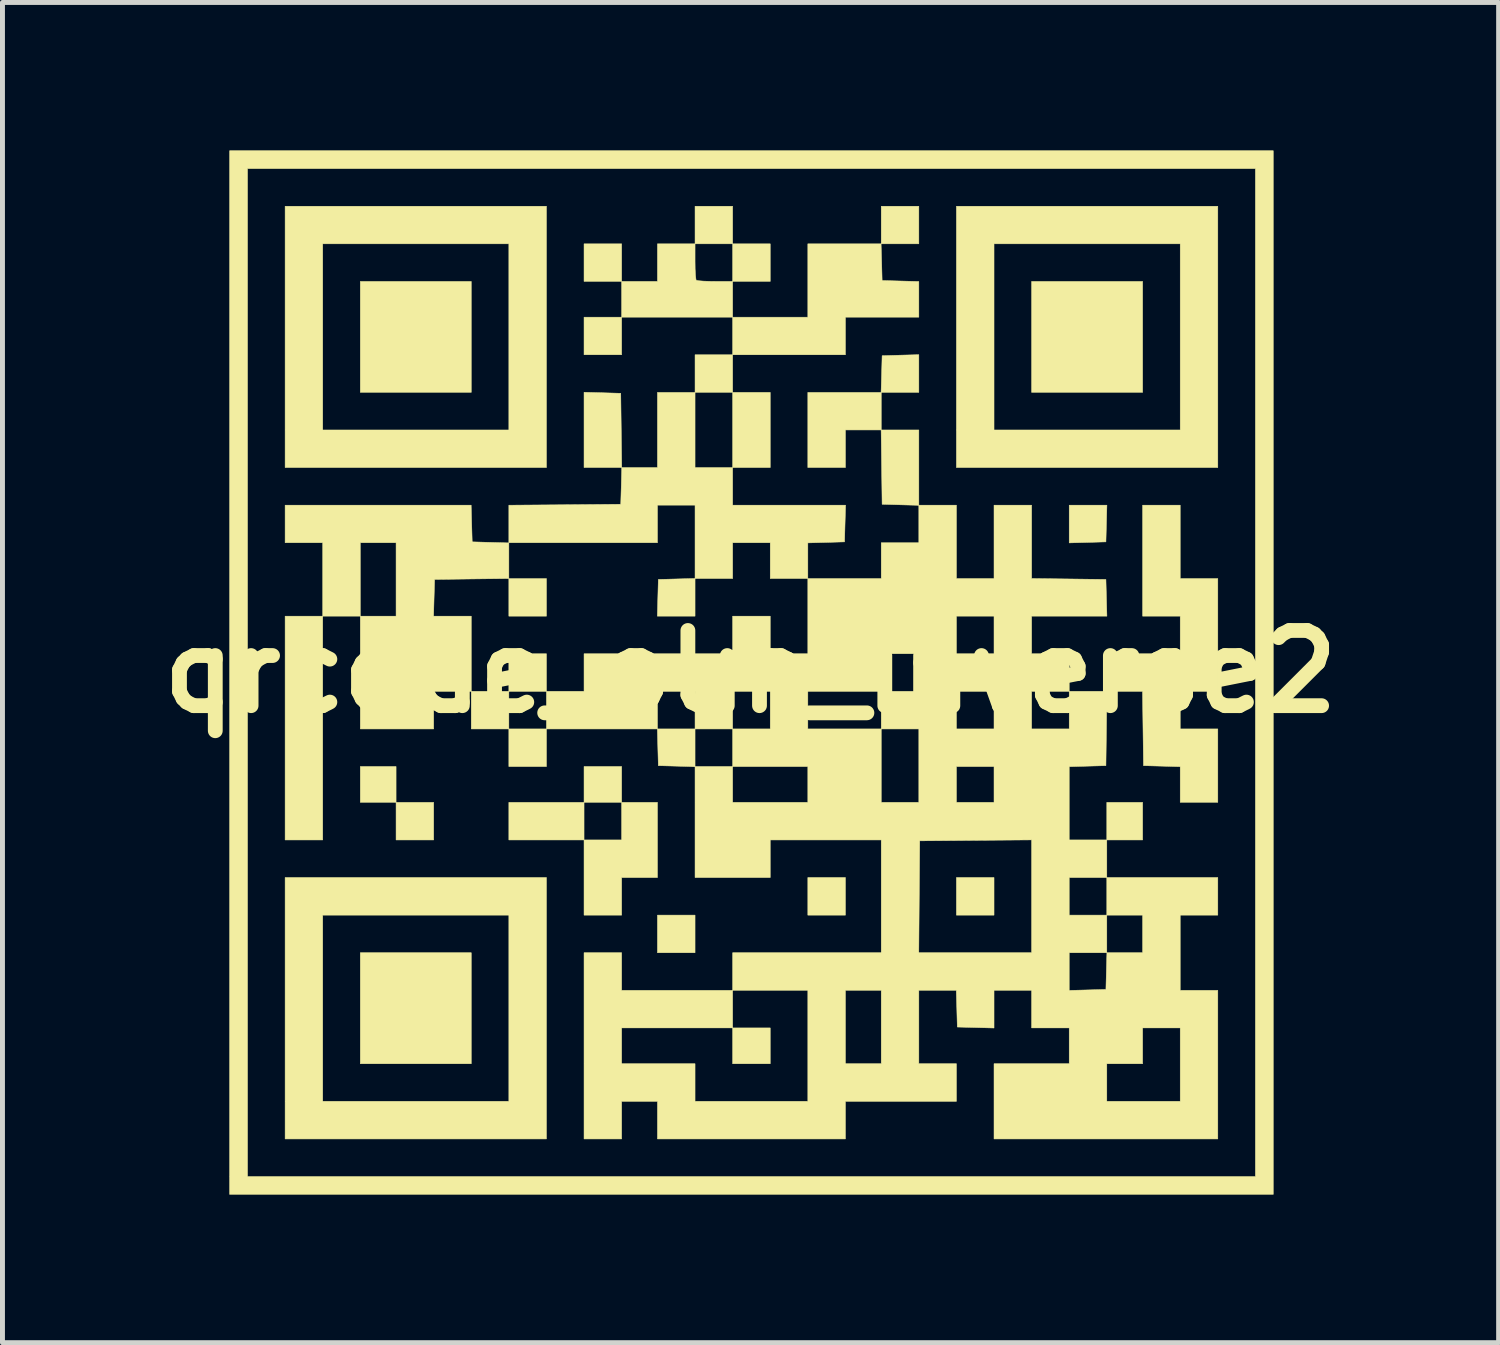
<source format=kicad_pcb>
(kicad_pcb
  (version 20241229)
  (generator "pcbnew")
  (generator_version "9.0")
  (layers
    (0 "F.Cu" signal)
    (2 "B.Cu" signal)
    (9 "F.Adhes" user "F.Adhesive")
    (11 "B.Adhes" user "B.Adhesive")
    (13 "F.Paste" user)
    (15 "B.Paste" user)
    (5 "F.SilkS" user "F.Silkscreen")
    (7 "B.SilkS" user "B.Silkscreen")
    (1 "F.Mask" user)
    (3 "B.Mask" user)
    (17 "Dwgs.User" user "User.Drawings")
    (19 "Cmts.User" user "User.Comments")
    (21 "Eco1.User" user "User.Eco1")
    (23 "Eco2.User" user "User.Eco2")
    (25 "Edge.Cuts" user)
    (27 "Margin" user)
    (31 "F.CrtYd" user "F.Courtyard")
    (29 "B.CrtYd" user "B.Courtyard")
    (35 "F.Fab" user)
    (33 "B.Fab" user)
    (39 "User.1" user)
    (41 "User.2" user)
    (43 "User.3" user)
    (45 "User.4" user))
  (footprint "qrcode_olm_inverse2"
    (layer "F.Cu")
    (at 12.163 10.564)
    (property "Reference" "qrcode_olm_inverse2" (at 0 0 0) (layer "F.SilkS") (effects (font (size 1.524 1.524) (thickness 0.3))))
    (attr through_hole)
    (fp_poly (pts (xy -8.672 3.411) (xy -9.434 3.411) (xy -9.434 -1.125) (xy -8.672 -1.125) (xy -8.672 3.411)) (stroke (width 0.01) (type solid)) (fill yes) (layer "F.SilkS"))
    (fp_poly (pts (xy -7.185 2.649) (xy -7.91 2.649) (xy -7.91 1.923) (xy -7.185 1.923) (xy -7.185 2.649)) (stroke (width 0.01) (type solid)) (fill yes) (layer "F.SilkS"))
    (fp_poly (pts (xy -6.423 3.411) (xy -7.185 3.411) (xy -7.185 2.649) (xy -6.423 2.649) (xy -6.423 3.411)) (stroke (width 0.01) (type solid)) (fill yes) (layer "F.SilkS"))
    (fp_poly (pts (xy -5.661 -5.661) (xy -7.91 -5.661) (xy -7.91 -7.91) (xy -5.661 -7.91) (xy -5.661 -5.661)) (stroke (width 0.01) (type solid)) (fill yes) (layer "F.SilkS"))
    (fp_poly (pts (xy -5.661 7.947) (xy -7.91 7.947) (xy -7.91 5.697) (xy -5.661 5.697) (xy -5.661 7.947)) (stroke (width 0.01) (type solid)) (fill yes) (layer "F.SilkS"))
    (fp_poly (pts (xy -4.899 1.161) (xy -5.661 1.161) (xy -5.661 0.399) (xy -4.899 0.399) (xy -4.899 1.161)) (stroke (width 0.01) (type solid)) (fill yes) (layer "F.SilkS"))
    (fp_poly (pts (xy -4.137 -1.125) (xy -4.899 -1.125) (xy -4.899 -1.887) (xy -4.137 -1.887) (xy -4.137 -1.125)) (stroke (width 0.01) (type solid)) (fill yes) (layer "F.SilkS"))
    (fp_poly (pts (xy -4.137 0.399) (xy -4.899 0.399) (xy -4.899 -0.363) (xy -4.137 -0.363) (xy -4.137 0.399)) (stroke (width 0.01) (type solid)) (fill yes) (layer "F.SilkS"))
    (fp_poly (pts (xy -4.137 1.923) (xy -4.899 1.923) (xy -4.899 1.161) (xy -4.137 1.161) (xy -4.137 1.923)) (stroke (width 0.01) (type solid)) (fill yes) (layer "F.SilkS"))
    (fp_poly (pts (xy -2.613 -7.91) (xy -3.375 -7.91) (xy -3.375 -8.672) (xy -2.613 -8.672) (xy -2.613 -7.91)) (stroke (width 0.01) (type solid)) (fill yes) (layer "F.SilkS"))
    (fp_poly (pts (xy -2.613 -6.423) (xy -3.375 -6.423) (xy -3.375 -7.185) (xy -2.613 -7.185) (xy -2.613 -6.423)) (stroke (width 0.01) (type solid)) (fill yes) (layer "F.SilkS"))
    (fp_poly (pts (xy -1.125 5.697) (xy -1.887 5.697) (xy -1.887 4.935) (xy -1.125 4.935) (xy -1.125 5.697)) (stroke (width 0.01) (type solid)) (fill yes) (layer "F.SilkS"))
    (fp_poly (pts (xy -0.363 -5.661) (xy -1.125 -5.661) (xy -1.125 -6.423) (xy -0.363 -6.423) (xy -0.363 -5.661)) (stroke (width 0.01) (type solid)) (fill yes) (layer "F.SilkS"))
    (fp_poly (pts (xy 0.399 -4.137) (xy -0.363 -4.137) (xy -0.363 -5.661) (xy 0.399 -5.661) (xy 0.399 -4.137)) (stroke (width 0.01) (type solid)) (fill yes) (layer "F.SilkS"))
    (fp_poly (pts (xy 0.399 7.947) (xy -0.363 7.947) (xy -0.363 7.221) (xy 0.399 7.221) (xy 0.399 7.947)) (stroke (width 0.01) (type solid)) (fill yes) (layer "F.SilkS"))
    (fp_poly (pts (xy 1.923 4.935) (xy 1.161 4.935) (xy 1.161 4.173) (xy 1.923 4.173) (xy 1.923 4.935)) (stroke (width 0.01) (type solid)) (fill yes) (layer "F.SilkS"))
    (fp_poly (pts (xy 3.411 -8.672) (xy 2.649 -8.672) (xy 2.649 -9.434) (xy 3.411 -9.434) (xy 3.411 -8.672)) (stroke (width 0.01) (type solid)) (fill yes) (layer "F.SilkS"))
    (fp_poly (pts (xy 4.935 4.935) (xy 4.173 4.935) (xy 4.173 4.173) (xy 4.935 4.173) (xy 4.935 4.935)) (stroke (width 0.01) (type solid)) (fill yes) (layer "F.SilkS"))
    (fp_poly (pts (xy 7.947 -5.661) (xy 5.697 -5.661) (xy 5.697 -7.91) (xy 7.947 -7.91) (xy 7.947 -5.661)) (stroke (width 0.01) (type solid)) (fill yes) (layer "F.SilkS"))
    (fp_poly (pts (xy 7.947 3.411) (xy 7.221 3.411) (xy 7.221 2.649) (xy 7.947 2.649) (xy 7.947 3.411)) (stroke (width 0.01) (type solid)) (fill yes) (layer "F.SilkS"))
    (fp_poly (pts (xy -3.003 -5.653) (xy -2.631 -5.642) (xy -2.621 -4.889) (xy -2.611 -4.137) (xy -3.375 -4.137) (xy -3.375 -5.663) (xy -3.003 -5.653)) (stroke (width 0.01) (type solid)) (fill yes) (layer "F.SilkS"))
    (fp_poly (pts (xy -1.125 -1.125) (xy -1.889 -1.125) (xy -1.879 -1.497) (xy -1.869 -1.869) (xy -1.497 -1.879) (xy -1.125 -1.889) (xy -1.125 -1.125)) (stroke (width 0.01) (type solid)) (fill yes) (layer "F.SilkS"))
    (fp_poly (pts (xy 7.213 -3.003) (xy 7.203 -2.631) (xy 6.831 -2.62) (xy 6.459 -2.61) (xy 6.459 -3.375) (xy 7.223 -3.375) (xy 7.213 -3.003)) (stroke (width 0.01) (type solid)) (fill yes) (layer "F.SilkS"))
    (fp_poly (pts (xy -4.137 -4.137) (xy -9.434 -4.137) (xy -9.434 -8.672) (xy -8.672 -8.672) (xy -8.672 -4.899) (xy -4.899 -4.899) (xy -4.899 -8.672) (xy -8.672 -8.672) (xy -9.434 -8.672) (xy -9.434 -9.434) (xy -4.137 -9.434) (xy -4.137 -4.137)) (stroke (width 0.01) (type solid)) (fill yes) (layer "F.SilkS"))
    (fp_poly (pts (xy -4.137 9.471) (xy -9.434 9.471) (xy -9.434 4.935) (xy -8.672 4.935) (xy -8.672 8.709) (xy -4.899 8.709) (xy -4.899 4.935) (xy -8.672 4.935) (xy -9.434 4.935) (xy -9.434 4.173) (xy -4.137 4.173) (xy -4.137 9.471)) (stroke (width 0.01) (type solid)) (fill yes) (layer "F.SilkS"))
    (fp_poly (pts (xy 9.471 -4.137) (xy 4.173 -4.137) (xy 4.173 -8.672) (xy 4.935 -8.672) (xy 4.935 -4.899) (xy 8.709 -4.899) (xy 8.709 -8.672) (xy 4.935 -8.672) (xy 4.173 -8.672) (xy 4.173 -9.434) (xy 9.471 -9.434) (xy 9.471 -4.137)) (stroke (width 0.01) (type solid)) (fill yes) (layer "F.SilkS"))
    (fp_poly (pts (xy 10.595 10.595) (xy -10.559 10.595) (xy -10.559 -10.196) (xy -10.196 -10.196) (xy -10.196 10.233) (xy 10.233 10.233) (xy 10.233 -10.196) (xy -10.196 -10.196) (xy -10.559 -10.196) (xy -10.559 -10.559) (xy 10.595 -10.559) (xy 10.595 10.595)) (stroke (width 0.01) (type solid)) (fill yes) (layer "F.SilkS"))
    (fp_poly (pts (xy 2.657 -8.3) (xy 2.667 -7.928) (xy 3.039 -7.918) (xy 3.411 -7.908) (xy 3.411 -7.185) (xy 1.923 -7.185) (xy 1.923 -6.423) (xy -0.363 -6.423) (xy -0.363 -7.185) (xy 1.161 -7.185) (xy 1.161 -8.672) (xy 2.646 -8.672) (xy 2.657 -8.3)) (stroke (width 0.01) (type solid)) (fill yes) (layer "F.SilkS"))
    (fp_poly (pts (xy -1.887 2.649) (xy -1.887 4.173) (xy -2.613 4.173) (xy -2.613 4.935) (xy -3.375 4.935) (xy -3.375 3.411) (xy -4.899 3.411) (xy -4.899 2.649) (xy -3.375 2.649) (xy -3.375 3.411) (xy -2.613 3.411) (xy -2.613 2.649) (xy -3.375 2.649) (xy -3.375 1.923) (xy -2.613 1.923) (xy -2.613 2.649) (xy -1.887 2.649)) (stroke (width 0.01) (type solid)) (fill yes) (layer "F.SilkS"))
    (fp_poly (pts (xy 0.399 -8.672) (xy 0.399 -7.91) (xy -0.363 -7.91) (xy -0.363 -7.185) (xy -2.613 -7.185) (xy -2.613 -7.91) (xy -1.887 -7.91) (xy -1.887 -8.672) (xy -1.125 -8.672) (xy -1.125 -8.315) (xy -1.123 -8.161) (xy -1.116 -8.035) (xy -1.107 -7.954) (xy -1.101 -7.934) (xy -1.056 -7.924) (xy -0.956 -7.916) (xy -0.817 -7.911) (xy -0.72 -7.91) (xy -0.363 -7.91) (xy -0.363 -8.672) (xy -1.125 -8.672) (xy -1.125 -9.434) (xy -0.363 -9.434) (xy -0.363 -8.672) (xy 0.399 -8.672)) (stroke (width 0.01) (type solid)) (fill yes) (layer "F.SilkS"))
    (fp_poly (pts (xy -8.672 -2.613) (xy -7.91 -2.613) (xy -7.91 -1.125) (xy -7.185 -1.125) (xy -7.185 -2.613) (xy -7.91 -2.613) (xy -8.672 -2.613) (xy -9.434 -2.613) (xy -9.434 -3.375) (xy -5.663 -3.375) (xy -5.653 -3.003) (xy -5.642 -2.631) (xy -5.271 -2.62) (xy -4.899 -2.61) (xy -4.899 -1.888) (xy -5.652 -1.879) (xy -6.404 -1.869) (xy -6.415 -1.497) (xy -6.425 -1.125) (xy -5.661 -1.125) (xy -5.661 0.399) (xy -6.423 0.399) (xy -6.423 1.161) (xy -7.91 1.161) (xy -7.91 -1.125) (xy -8.672 -1.125) (xy -8.672 -2.613)) (stroke (width 0.01) (type solid)) (fill yes) (layer "F.SilkS"))
    (fp_poly (pts (xy -1.125 -4.137) (xy -0.363 -4.137) (xy -0.363 -3.375) (xy 1.926 -3.375) (xy 1.915 -3.003) (xy 1.905 -2.631) (xy 1.533 -2.62) (xy 1.161 -2.61) (xy 1.161 -1.887) (xy 0.399 -1.887) (xy 0.399 -2.613) (xy -0.363 -2.613) (xy -0.363 -1.887) (xy -1.125 -1.887) (xy -1.125 -3.375) (xy -1.887 -3.375) (xy -1.887 -2.613) (xy -4.899 -2.613) (xy -4.899 -3.374) (xy -3.765 -3.383) (xy -2.631 -3.393) (xy -2.62 -3.765) (xy -2.61 -4.137) (xy -1.887 -4.137) (xy -1.887 -5.661) (xy -1.125 -5.661) (xy -1.125 -4.137)) (stroke (width 0.01) (type solid)) (fill yes) (layer "F.SilkS"))
    (fp_poly (pts (xy -4.137 0.399) (xy -3.375 0.399) (xy -1.887 0.399) (xy -1.887 1.161) (xy -1.125 1.161) (xy -1.125 1.923) (xy -0.363 1.923) (xy -0.363 2.649) (xy 1.161 2.649) (xy 1.161 1.923) (xy -0.363 1.923) (xy -0.363 1.161) (xy -1.125 1.161) (xy -1.125 0.399) (xy -0.363 0.399) (xy -0.363 1.161) (xy 0.399 1.161) (xy 0.399 0.399) (xy 1.161 0.399) (xy 1.161 1.161) (xy 2.649 1.161) (xy 2.649 2.649) (xy 3.411 2.649) (xy 3.411 1.923) (xy 4.173 1.923) (xy 4.173 2.649) (xy 4.935 2.649) (xy 4.935 1.923) (xy 4.173 1.923) (xy 3.411 1.923) (xy 3.411 1.161) (xy 2.649 1.161) (xy 2.649 0.399) (xy 1.161 0.399) (xy 0.399 0.399) (xy -0.363 0.399) (xy -1.125 0.399) (xy -1.887 0.399) (xy -3.375 0.399) (xy -3.375 -0.363) (xy -0.363 -0.363) (xy -0.363 -1.125) (xy 0.399 -1.125) (xy 0.399 -0.363) (xy 1.161 -0.363) (xy 2.649 -0.363) (xy 2.649 0.399) (xy 3.411 0.399) (xy 4.173 0.399) (xy 4.173 1.161) (xy 4.935 1.161) (xy 4.935 0.399) (xy 5.697 0.399) (xy 5.697 1.161) (xy 6.459 1.161) (xy 6.459 0.399) (xy 5.697 0.399) (xy 4.935 0.399) (xy 4.173 0.399) (xy 3.411 0.399) (xy 3.411 -0.363) (xy 2.649 -0.363) (xy 1.161 -0.363) (xy 1.161 -1.125) (xy 4.173 -1.125) (xy 4.173 -0.363) (xy 4.935 -0.363) (xy 4.935 -1.125) (xy 4.173 -1.125) (xy 1.161 -1.125) (xy 1.161 -1.887) (xy 2.649 -1.887) (xy 2.649 -2.613) (xy 3.411 -2.613) (xy 3.411 -3.372) (xy 3.039 -3.382) (xy 2.667 -3.393) (xy 2.657 -4.146) (xy 2.647 -4.899) (xy 1.923 -4.899) (xy 1.923 -4.137) (xy 1.161 -4.137) (xy 1.161 -5.661) (xy 2.646 -5.661) (xy 2.657 -6.032) (xy 2.667 -6.404) (xy 3.039 -6.415) (xy 3.411 -6.425) (xy 3.411 -5.661) (xy 2.649 -5.661) (xy 2.649 -4.899) (xy 3.411 -4.899) (xy 3.411 -3.375) (xy 4.173 -3.375) (xy 4.173 -1.887) (xy 4.935 -1.887) (xy 4.935 -3.375) (xy 5.697 -3.375) (xy 5.697 -1.888) (xy 6.45 -1.879) (xy 7.203 -1.869) (xy 7.213 -1.497) (xy 7.223 -1.125) (xy 5.697 -1.125) (xy 5.697 -0.363) (xy 6.459 -0.363) (xy 6.459 0.399) (xy 7.221 0.399) (xy 7.221 -0.363) (xy 8.709 -0.363) (xy 8.709 -1.125) (xy 7.947 -1.125) (xy 7.947 -3.375) (xy 8.709 -3.375) (xy 8.709 -1.887) (xy 9.471 -1.887) (xy 9.471 0.399) (xy 8.709 0.399) (xy 8.709 1.161) (xy 9.471 1.161) (xy 9.471 2.649) (xy 8.709 2.649) (xy 8.709 1.926) (xy 8.337 1.915) (xy 7.965 1.905) (xy 7.955 1.152) (xy 7.945 0.399) (xy 7.222 0.399) (xy 7.213 1.152) (xy 7.203 1.905) (xy 6.831 1.915) (xy 6.459 1.926) (xy 6.459 3.411) (xy 7.221 3.411) (xy 7.221 4.173) (xy 9.471 4.173) (xy 9.471 4.935) (xy 8.709 4.935) (xy 8.709 6.459) (xy 9.471 6.459) (xy 9.471 9.471) (xy 4.935 9.471) (xy 4.935 7.947) (xy 6.459 7.947) (xy 7.221 7.947) (xy 7.221 8.709) (xy 8.709 8.709) (xy 8.709 7.221) (xy 7.947 7.221) (xy 7.947 7.947) (xy 7.221 7.947) (xy 6.459 7.947) (xy 6.459 7.221) (xy 5.697 7.221) (xy 5.697 6.459) (xy 4.935 6.459) (xy 4.935 7.223) (xy 4.563 7.213) (xy 4.191 7.203) (xy 4.181 6.831) (xy 4.17 6.459) (xy 3.411 6.459) (xy 3.411 7.947) (xy 4.173 7.947) (xy 4.173 8.709) (xy 1.923 8.709) (xy 1.923 9.471) (xy -1.887 9.471) (xy -1.887 8.709) (xy -2.613 8.709) (xy -2.613 9.471) (xy -3.375 9.471) (xy -3.375 7.221) (xy -2.613 7.221) (xy -2.613 7.947) (xy -1.125 7.947) (xy -1.125 8.709) (xy 1.161 8.709) (xy 1.161 6.459) (xy 1.923 6.459) (xy 1.923 7.947) (xy 2.649 7.947) (xy 2.649 6.459) (xy 1.923 6.459) (xy 1.161 6.459) (xy -0.363 6.459) (xy -0.363 7.221) (xy -2.613 7.221) (xy -3.375 7.221) (xy -3.375 5.697) (xy -2.613 5.697) (xy -2.613 6.459) (xy -0.363 6.459) (xy -0.363 5.697) (xy 2.649 5.697) (xy 3.41 5.697) (xy 5.697 5.697) (xy 6.459 5.697) (xy 6.459 6.461) (xy 6.831 6.451) (xy 7.203 6.441) (xy 7.213 6.069) (xy 7.223 5.697) (xy 7.947 5.697) (xy 7.947 4.935) (xy 7.221 4.935) (xy 7.221 5.697) (xy 6.459 5.697) (xy 5.697 5.697) (xy 5.697 4.173) (xy 6.459 4.173) (xy 6.459 4.935) (xy 7.221 4.935) (xy 7.221 4.173) (xy 6.459 4.173) (xy 5.697 4.173) (xy 5.697 3.41) (xy 4.563 3.419) (xy 3.429 3.429) (xy 3.419 4.563) (xy 3.41 5.697) (xy 2.649 5.697) (xy 2.649 3.411) (xy 0.399 3.411) (xy 0.399 4.173) (xy -1.125 4.173) (xy -1.125 1.926) (xy -1.497 1.915) (xy -1.869 1.905) (xy -1.879 1.533) (xy -1.889 1.161) (xy -4.137 1.161) (xy -4.137 0.399)) (stroke (width 0.01) (type solid)) (fill yes) (layer "F.SilkS")))
  (gr_rect
    (start -3 -3)
    (end 27.326 24.165)
    (stroke (width 0.1) (type default))
    (fill no)
    (layer "Edge.Cuts")))
</source>
